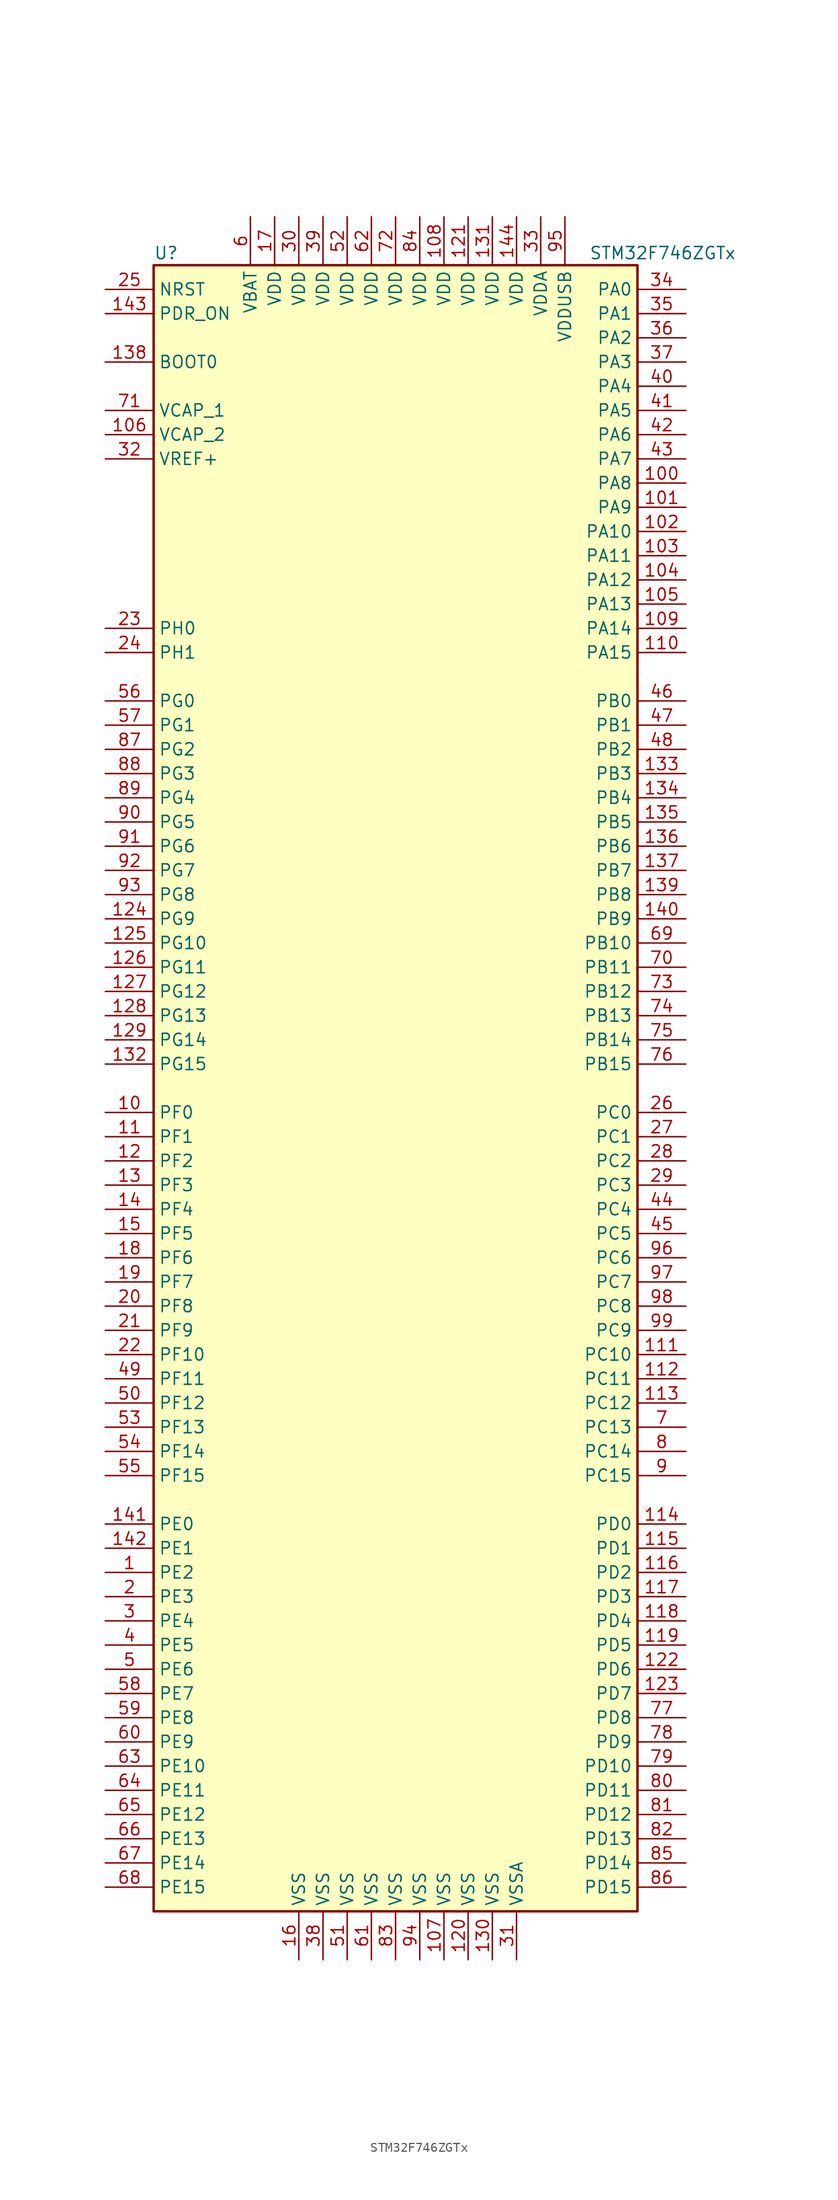
<source format=kicad_sym>
(kicad_symbol_lib
  (version 20201005)
  (generator kicad_symbol_editor)
  (symbol "MCU_ST_STM32F7:STM32F746ZGTx"
    (property "Reference" "U"
      (at -25.4 87.63 0)
      (effects (font (size 1.27 1.27)) (justify left)))
    (property "Value" "STM32F746ZGTx"
      (at 20.32 87.63 0)
      (effects (font (size 1.27 1.27)) (justify left)))
    (symbol "STM32F746ZGTx_0_1"
      (rectangle (start -25.4 -86.36) (end 25.4 86.36) (stroke (width 0.254)) (fill (type background))))
    (symbol "STM32F746ZGTx_1_1"
      (pin input line (at -30.48 76.2 0) (length 5.08) (name "BOOT0" (effects (font (size 1.27 1.27)))) (number "138" (effects (font (size 1.27 1.27)))))
      (pin input line (at -30.48 83.82 0) (length 5.08) (name "NRST" (effects (font (size 1.27 1.27)))) (number "25" (effects (font (size 1.27 1.27)))))
      (pin bidirectional line (at 30.48 83.82 180) (length 5.08) (name "PA0" (effects (font (size 1.27 1.27)))) (number "34" (effects (font (size 1.27 1.27)))))
      (pin bidirectional line (at 30.48 81.28 180) (length 5.08) (name "PA1" (effects (font (size 1.27 1.27)))) (number "35" (effects (font (size 1.27 1.27)))))
      (pin bidirectional line (at 30.48 58.42 180) (length 5.08) (name "PA10" (effects (font (size 1.27 1.27)))) (number "102" (effects (font (size 1.27 1.27)))))
      (pin bidirectional line (at 30.48 55.88 180) (length 5.08) (name "PA11" (effects (font (size 1.27 1.27)))) (number "103" (effects (font (size 1.27 1.27)))))
      (pin bidirectional line (at 30.48 53.34 180) (length 5.08) (name "PA12" (effects (font (size 1.27 1.27)))) (number "104" (effects (font (size 1.27 1.27)))))
      (pin bidirectional line (at 30.48 50.8 180) (length 5.08) (name "PA13" (effects (font (size 1.27 1.27)))) (number "105" (effects (font (size 1.27 1.27)))))
      (pin bidirectional line (at 30.48 48.26 180) (length 5.08) (name "PA14" (effects (font (size 1.27 1.27)))) (number "109" (effects (font (size 1.27 1.27)))))
      (pin bidirectional line (at 30.48 45.72 180) (length 5.08) (name "PA15" (effects (font (size 1.27 1.27)))) (number "110" (effects (font (size 1.27 1.27)))))
      (pin bidirectional line (at 30.48 78.74 180) (length 5.08) (name "PA2" (effects (font (size 1.27 1.27)))) (number "36" (effects (font (size 1.27 1.27)))))
      (pin bidirectional line (at 30.48 76.2 180) (length 5.08) (name "PA3" (effects (font (size 1.27 1.27)))) (number "37" (effects (font (size 1.27 1.27)))))
      (pin bidirectional line (at 30.48 73.66 180) (length 5.08) (name "PA4" (effects (font (size 1.27 1.27)))) (number "40" (effects (font (size 1.27 1.27)))))
      (pin bidirectional line (at 30.48 71.12 180) (length 5.08) (name "PA5" (effects (font (size 1.27 1.27)))) (number "41" (effects (font (size 1.27 1.27)))))
      (pin bidirectional line (at 30.48 68.58 180) (length 5.08) (name "PA6" (effects (font (size 1.27 1.27)))) (number "42" (effects (font (size 1.27 1.27)))))
      (pin bidirectional line (at 30.48 66.04 180) (length 5.08) (name "PA7" (effects (font (size 1.27 1.27)))) (number "43" (effects (font (size 1.27 1.27)))))
      (pin bidirectional line (at 30.48 63.5 180) (length 5.08) (name "PA8" (effects (font (size 1.27 1.27)))) (number "100" (effects (font (size 1.27 1.27)))))
      (pin bidirectional line (at 30.48 60.96 180) (length 5.08) (name "PA9" (effects (font (size 1.27 1.27)))) (number "101" (effects (font (size 1.27 1.27)))))
      (pin bidirectional line (at 30.48 40.64 180) (length 5.08) (name "PB0" (effects (font (size 1.27 1.27)))) (number "46" (effects (font (size 1.27 1.27)))))
      (pin bidirectional line (at 30.48 38.1 180) (length 5.08) (name "PB1" (effects (font (size 1.27 1.27)))) (number "47" (effects (font (size 1.27 1.27)))))
      (pin bidirectional line (at 30.48 15.24 180) (length 5.08) (name "PB10" (effects (font (size 1.27 1.27)))) (number "69" (effects (font (size 1.27 1.27)))))
      (pin bidirectional line (at 30.48 12.7 180) (length 5.08) (name "PB11" (effects (font (size 1.27 1.27)))) (number "70" (effects (font (size 1.27 1.27)))))
      (pin bidirectional line (at 30.48 10.16 180) (length 5.08) (name "PB12" (effects (font (size 1.27 1.27)))) (number "73" (effects (font (size 1.27 1.27)))))
      (pin bidirectional line (at 30.48 7.62 180) (length 5.08) (name "PB13" (effects (font (size 1.27 1.27)))) (number "74" (effects (font (size 1.27 1.27)))))
      (pin bidirectional line (at 30.48 5.08 180) (length 5.08) (name "PB14" (effects (font (size 1.27 1.27)))) (number "75" (effects (font (size 1.27 1.27)))))
      (pin bidirectional line (at 30.48 2.54 180) (length 5.08) (name "PB15" (effects (font (size 1.27 1.27)))) (number "76" (effects (font (size 1.27 1.27)))))
      (pin bidirectional line (at 30.48 35.56 180) (length 5.08) (name "PB2" (effects (font (size 1.27 1.27)))) (number "48" (effects (font (size 1.27 1.27)))))
      (pin bidirectional line (at 30.48 33.02 180) (length 5.08) (name "PB3" (effects (font (size 1.27 1.27)))) (number "133" (effects (font (size 1.27 1.27)))))
      (pin bidirectional line (at 30.48 30.48 180) (length 5.08) (name "PB4" (effects (font (size 1.27 1.27)))) (number "134" (effects (font (size 1.27 1.27)))))
      (pin bidirectional line (at 30.48 27.94 180) (length 5.08) (name "PB5" (effects (font (size 1.27 1.27)))) (number "135" (effects (font (size 1.27 1.27)))))
      (pin bidirectional line (at 30.48 25.4 180) (length 5.08) (name "PB6" (effects (font (size 1.27 1.27)))) (number "136" (effects (font (size 1.27 1.27)))))
      (pin bidirectional line (at 30.48 22.86 180) (length 5.08) (name "PB7" (effects (font (size 1.27 1.27)))) (number "137" (effects (font (size 1.27 1.27)))))
      (pin bidirectional line (at 30.48 20.32 180) (length 5.08) (name "PB8" (effects (font (size 1.27 1.27)))) (number "139" (effects (font (size 1.27 1.27)))))
      (pin bidirectional line (at 30.48 17.78 180) (length 5.08) (name "PB9" (effects (font (size 1.27 1.27)))) (number "140" (effects (font (size 1.27 1.27)))))
      (pin bidirectional line (at 30.48 -2.54 180) (length 5.08) (name "PC0" (effects (font (size 1.27 1.27)))) (number "26" (effects (font (size 1.27 1.27)))))
      (pin bidirectional line (at 30.48 -5.08 180) (length 5.08) (name "PC1" (effects (font (size 1.27 1.27)))) (number "27" (effects (font (size 1.27 1.27)))))
      (pin bidirectional line (at 30.48 -27.94 180) (length 5.08) (name "PC10" (effects (font (size 1.27 1.27)))) (number "111" (effects (font (size 1.27 1.27)))))
      (pin bidirectional line (at 30.48 -30.48 180) (length 5.08) (name "PC11" (effects (font (size 1.27 1.27)))) (number "112" (effects (font (size 1.27 1.27)))))
      (pin bidirectional line (at 30.48 -33.02 180) (length 5.08) (name "PC12" (effects (font (size 1.27 1.27)))) (number "113" (effects (font (size 1.27 1.27)))))
      (pin bidirectional line (at 30.48 -35.56 180) (length 5.08) (name "PC13" (effects (font (size 1.27 1.27)))) (number "7" (effects (font (size 1.27 1.27)))))
      (pin bidirectional line (at 30.48 -38.1 180) (length 5.08) (name "PC14" (effects (font (size 1.27 1.27)))) (number "8" (effects (font (size 1.27 1.27)))))
      (pin bidirectional line (at 30.48 -40.64 180) (length 5.08) (name "PC15" (effects (font (size 1.27 1.27)))) (number "9" (effects (font (size 1.27 1.27)))))
      (pin bidirectional line (at 30.48 -7.62 180) (length 5.08) (name "PC2" (effects (font (size 1.27 1.27)))) (number "28" (effects (font (size 1.27 1.27)))))
      (pin bidirectional line (at 30.48 -10.16 180) (length 5.08) (name "PC3" (effects (font (size 1.27 1.27)))) (number "29" (effects (font (size 1.27 1.27)))))
      (pin bidirectional line (at 30.48 -12.7 180) (length 5.08) (name "PC4" (effects (font (size 1.27 1.27)))) (number "44" (effects (font (size 1.27 1.27)))))
      (pin bidirectional line (at 30.48 -15.24 180) (length 5.08) (name "PC5" (effects (font (size 1.27 1.27)))) (number "45" (effects (font (size 1.27 1.27)))))
      (pin bidirectional line (at 30.48 -17.78 180) (length 5.08) (name "PC6" (effects (font (size 1.27 1.27)))) (number "96" (effects (font (size 1.27 1.27)))))
      (pin bidirectional line (at 30.48 -20.32 180) (length 5.08) (name "PC7" (effects (font (size 1.27 1.27)))) (number "97" (effects (font (size 1.27 1.27)))))
      (pin bidirectional line (at 30.48 -22.86 180) (length 5.08) (name "PC8" (effects (font (size 1.27 1.27)))) (number "98" (effects (font (size 1.27 1.27)))))
      (pin bidirectional line (at 30.48 -25.4 180) (length 5.08) (name "PC9" (effects (font (size 1.27 1.27)))) (number "99" (effects (font (size 1.27 1.27)))))
      (pin bidirectional line (at 30.48 -45.72 180) (length 5.08) (name "PD0" (effects (font (size 1.27 1.27)))) (number "114" (effects (font (size 1.27 1.27)))))
      (pin bidirectional line (at 30.48 -48.26 180) (length 5.08) (name "PD1" (effects (font (size 1.27 1.27)))) (number "115" (effects (font (size 1.27 1.27)))))
      (pin bidirectional line (at 30.48 -71.12 180) (length 5.08) (name "PD10" (effects (font (size 1.27 1.27)))) (number "79" (effects (font (size 1.27 1.27)))))
      (pin bidirectional line (at 30.48 -73.66 180) (length 5.08) (name "PD11" (effects (font (size 1.27 1.27)))) (number "80" (effects (font (size 1.27 1.27)))))
      (pin bidirectional line (at 30.48 -76.2 180) (length 5.08) (name "PD12" (effects (font (size 1.27 1.27)))) (number "81" (effects (font (size 1.27 1.27)))))
      (pin bidirectional line (at 30.48 -78.74 180) (length 5.08) (name "PD13" (effects (font (size 1.27 1.27)))) (number "82" (effects (font (size 1.27 1.27)))))
      (pin bidirectional line (at 30.48 -81.28 180) (length 5.08) (name "PD14" (effects (font (size 1.27 1.27)))) (number "85" (effects (font (size 1.27 1.27)))))
      (pin bidirectional line (at 30.48 -83.82 180) (length 5.08) (name "PD15" (effects (font (size 1.27 1.27)))) (number "86" (effects (font (size 1.27 1.27)))))
      (pin bidirectional line (at 30.48 -50.8 180) (length 5.08) (name "PD2" (effects (font (size 1.27 1.27)))) (number "116" (effects (font (size 1.27 1.27)))))
      (pin bidirectional line (at 30.48 -53.34 180) (length 5.08) (name "PD3" (effects (font (size 1.27 1.27)))) (number "117" (effects (font (size 1.27 1.27)))))
      (pin bidirectional line (at 30.48 -55.88 180) (length 5.08) (name "PD4" (effects (font (size 1.27 1.27)))) (number "118" (effects (font (size 1.27 1.27)))))
      (pin bidirectional line (at 30.48 -58.42 180) (length 5.08) (name "PD5" (effects (font (size 1.27 1.27)))) (number "119" (effects (font (size 1.27 1.27)))))
      (pin bidirectional line (at 30.48 -60.96 180) (length 5.08) (name "PD6" (effects (font (size 1.27 1.27)))) (number "122" (effects (font (size 1.27 1.27)))))
      (pin bidirectional line (at 30.48 -63.5 180) (length 5.08) (name "PD7" (effects (font (size 1.27 1.27)))) (number "123" (effects (font (size 1.27 1.27)))))
      (pin bidirectional line (at 30.48 -66.04 180) (length 5.08) (name "PD8" (effects (font (size 1.27 1.27)))) (number "77" (effects (font (size 1.27 1.27)))))
      (pin bidirectional line (at 30.48 -68.58 180) (length 5.08) (name "PD9" (effects (font (size 1.27 1.27)))) (number "78" (effects (font (size 1.27 1.27)))))
      (pin input line (at -30.48 81.28 0) (length 5.08) (name "PDR_ON" (effects (font (size 1.27 1.27)))) (number "143" (effects (font (size 1.27 1.27)))))
      (pin bidirectional line (at -30.48 -45.72 0) (length 5.08) (name "PE0" (effects (font (size 1.27 1.27)))) (number "141" (effects (font (size 1.27 1.27)))))
      (pin bidirectional line (at -30.48 -48.26 0) (length 5.08) (name "PE1" (effects (font (size 1.27 1.27)))) (number "142" (effects (font (size 1.27 1.27)))))
      (pin bidirectional line (at -30.48 -71.12 0) (length 5.08) (name "PE10" (effects (font (size 1.27 1.27)))) (number "63" (effects (font (size 1.27 1.27)))))
      (pin bidirectional line (at -30.48 -73.66 0) (length 5.08) (name "PE11" (effects (font (size 1.27 1.27)))) (number "64" (effects (font (size 1.27 1.27)))))
      (pin bidirectional line (at -30.48 -76.2 0) (length 5.08) (name "PE12" (effects (font (size 1.27 1.27)))) (number "65" (effects (font (size 1.27 1.27)))))
      (pin bidirectional line (at -30.48 -78.74 0) (length 5.08) (name "PE13" (effects (font (size 1.27 1.27)))) (number "66" (effects (font (size 1.27 1.27)))))
      (pin bidirectional line (at -30.48 -81.28 0) (length 5.08) (name "PE14" (effects (font (size 1.27 1.27)))) (number "67" (effects (font (size 1.27 1.27)))))
      (pin bidirectional line (at -30.48 -83.82 0) (length 5.08) (name "PE15" (effects (font (size 1.27 1.27)))) (number "68" (effects (font (size 1.27 1.27)))))
      (pin bidirectional line (at -30.48 -50.8 0) (length 5.08) (name "PE2" (effects (font (size 1.27 1.27)))) (number "1" (effects (font (size 1.27 1.27)))))
      (pin bidirectional line (at -30.48 -53.34 0) (length 5.08) (name "PE3" (effects (font (size 1.27 1.27)))) (number "2" (effects (font (size 1.27 1.27)))))
      (pin bidirectional line (at -30.48 -55.88 0) (length 5.08) (name "PE4" (effects (font (size 1.27 1.27)))) (number "3" (effects (font (size 1.27 1.27)))))
      (pin bidirectional line (at -30.48 -58.42 0) (length 5.08) (name "PE5" (effects (font (size 1.27 1.27)))) (number "4" (effects (font (size 1.27 1.27)))))
      (pin bidirectional line (at -30.48 -60.96 0) (length 5.08) (name "PE6" (effects (font (size 1.27 1.27)))) (number "5" (effects (font (size 1.27 1.27)))))
      (pin bidirectional line (at -30.48 -63.5 0) (length 5.08) (name "PE7" (effects (font (size 1.27 1.27)))) (number "58" (effects (font (size 1.27 1.27)))))
      (pin bidirectional line (at -30.48 -66.04 0) (length 5.08) (name "PE8" (effects (font (size 1.27 1.27)))) (number "59" (effects (font (size 1.27 1.27)))))
      (pin bidirectional line (at -30.48 -68.58 0) (length 5.08) (name "PE9" (effects (font (size 1.27 1.27)))) (number "60" (effects (font (size 1.27 1.27)))))
      (pin bidirectional line (at -30.48 -2.54 0) (length 5.08) (name "PF0" (effects (font (size 1.27 1.27)))) (number "10" (effects (font (size 1.27 1.27)))))
      (pin bidirectional line (at -30.48 -5.08 0) (length 5.08) (name "PF1" (effects (font (size 1.27 1.27)))) (number "11" (effects (font (size 1.27 1.27)))))
      (pin bidirectional line (at -30.48 -27.94 0) (length 5.08) (name "PF10" (effects (font (size 1.27 1.27)))) (number "22" (effects (font (size 1.27 1.27)))))
      (pin bidirectional line (at -30.48 -30.48 0) (length 5.08) (name "PF11" (effects (font (size 1.27 1.27)))) (number "49" (effects (font (size 1.27 1.27)))))
      (pin bidirectional line (at -30.48 -33.02 0) (length 5.08) (name "PF12" (effects (font (size 1.27 1.27)))) (number "50" (effects (font (size 1.27 1.27)))))
      (pin bidirectional line (at -30.48 -35.56 0) (length 5.08) (name "PF13" (effects (font (size 1.27 1.27)))) (number "53" (effects (font (size 1.27 1.27)))))
      (pin bidirectional line (at -30.48 -38.1 0) (length 5.08) (name "PF14" (effects (font (size 1.27 1.27)))) (number "54" (effects (font (size 1.27 1.27)))))
      (pin bidirectional line (at -30.48 -40.64 0) (length 5.08) (name "PF15" (effects (font (size 1.27 1.27)))) (number "55" (effects (font (size 1.27 1.27)))))
      (pin bidirectional line (at -30.48 -7.62 0) (length 5.08) (name "PF2" (effects (font (size 1.27 1.27)))) (number "12" (effects (font (size 1.27 1.27)))))
      (pin bidirectional line (at -30.48 -10.16 0) (length 5.08) (name "PF3" (effects (font (size 1.27 1.27)))) (number "13" (effects (font (size 1.27 1.27)))))
      (pin bidirectional line (at -30.48 -12.7 0) (length 5.08) (name "PF4" (effects (font (size 1.27 1.27)))) (number "14" (effects (font (size 1.27 1.27)))))
      (pin bidirectional line (at -30.48 -15.24 0) (length 5.08) (name "PF5" (effects (font (size 1.27 1.27)))) (number "15" (effects (font (size 1.27 1.27)))))
      (pin bidirectional line (at -30.48 -17.78 0) (length 5.08) (name "PF6" (effects (font (size 1.27 1.27)))) (number "18" (effects (font (size 1.27 1.27)))))
      (pin bidirectional line (at -30.48 -20.32 0) (length 5.08) (name "PF7" (effects (font (size 1.27 1.27)))) (number "19" (effects (font (size 1.27 1.27)))))
      (pin bidirectional line (at -30.48 -22.86 0) (length 5.08) (name "PF8" (effects (font (size 1.27 1.27)))) (number "20" (effects (font (size 1.27 1.27)))))
      (pin bidirectional line (at -30.48 -25.4 0) (length 5.08) (name "PF9" (effects (font (size 1.27 1.27)))) (number "21" (effects (font (size 1.27 1.27)))))
      (pin bidirectional line (at -30.48 40.64 0) (length 5.08) (name "PG0" (effects (font (size 1.27 1.27)))) (number "56" (effects (font (size 1.27 1.27)))))
      (pin bidirectional line (at -30.48 38.1 0) (length 5.08) (name "PG1" (effects (font (size 1.27 1.27)))) (number "57" (effects (font (size 1.27 1.27)))))
      (pin bidirectional line (at -30.48 15.24 0) (length 5.08) (name "PG10" (effects (font (size 1.27 1.27)))) (number "125" (effects (font (size 1.27 1.27)))))
      (pin bidirectional line (at -30.48 12.7 0) (length 5.08) (name "PG11" (effects (font (size 1.27 1.27)))) (number "126" (effects (font (size 1.27 1.27)))))
      (pin bidirectional line (at -30.48 10.16 0) (length 5.08) (name "PG12" (effects (font (size 1.27 1.27)))) (number "127" (effects (font (size 1.27 1.27)))))
      (pin bidirectional line (at -30.48 7.62 0) (length 5.08) (name "PG13" (effects (font (size 1.27 1.27)))) (number "128" (effects (font (size 1.27 1.27)))))
      (pin bidirectional line (at -30.48 5.08 0) (length 5.08) (name "PG14" (effects (font (size 1.27 1.27)))) (number "129" (effects (font (size 1.27 1.27)))))
      (pin bidirectional line (at -30.48 2.54 0) (length 5.08) (name "PG15" (effects (font (size 1.27 1.27)))) (number "132" (effects (font (size 1.27 1.27)))))
      (pin bidirectional line (at -30.48 35.56 0) (length 5.08) (name "PG2" (effects (font (size 1.27 1.27)))) (number "87" (effects (font (size 1.27 1.27)))))
      (pin bidirectional line (at -30.48 33.02 0) (length 5.08) (name "PG3" (effects (font (size 1.27 1.27)))) (number "88" (effects (font (size 1.27 1.27)))))
      (pin bidirectional line (at -30.48 30.48 0) (length 5.08) (name "PG4" (effects (font (size 1.27 1.27)))) (number "89" (effects (font (size 1.27 1.27)))))
      (pin bidirectional line (at -30.48 27.94 0) (length 5.08) (name "PG5" (effects (font (size 1.27 1.27)))) (number "90" (effects (font (size 1.27 1.27)))))
      (pin bidirectional line (at -30.48 25.4 0) (length 5.08) (name "PG6" (effects (font (size 1.27 1.27)))) (number "91" (effects (font (size 1.27 1.27)))))
      (pin bidirectional line (at -30.48 22.86 0) (length 5.08) (name "PG7" (effects (font (size 1.27 1.27)))) (number "92" (effects (font (size 1.27 1.27)))))
      (pin bidirectional line (at -30.48 20.32 0) (length 5.08) (name "PG8" (effects (font (size 1.27 1.27)))) (number "93" (effects (font (size 1.27 1.27)))))
      (pin bidirectional line (at -30.48 17.78 0) (length 5.08) (name "PG9" (effects (font (size 1.27 1.27)))) (number "124" (effects (font (size 1.27 1.27)))))
      (pin input line (at -30.48 48.26 0) (length 5.08) (name "PH0" (effects (font (size 1.27 1.27)))) (number "23" (effects (font (size 1.27 1.27)))))
      (pin input line (at -30.48 45.72 0) (length 5.08) (name "PH1" (effects (font (size 1.27 1.27)))) (number "24" (effects (font (size 1.27 1.27)))))
      (pin power_in line (at -15.24 91.44 270) (length 5.08) (name "VBAT" (effects (font (size 1.27 1.27)))) (number "6" (effects (font (size 1.27 1.27)))))
      (pin power_in line (at -30.48 71.12 0) (length 5.08) (name "VCAP_1" (effects (font (size 1.27 1.27)))) (number "71" (effects (font (size 1.27 1.27)))))
      (pin power_in line (at -30.48 68.58 0) (length 5.08) (name "VCAP_2" (effects (font (size 1.27 1.27)))) (number "106" (effects (font (size 1.27 1.27)))))
      (pin power_in line (at 5.08 91.44 270) (length 5.08) (name "VDD" (effects (font (size 1.27 1.27)))) (number "108" (effects (font (size 1.27 1.27)))))
      (pin power_in line (at 7.62 91.44 270) (length 5.08) (name "VDD" (effects (font (size 1.27 1.27)))) (number "121" (effects (font (size 1.27 1.27)))))
      (pin power_in line (at 10.16 91.44 270) (length 5.08) (name "VDD" (effects (font (size 1.27 1.27)))) (number "131" (effects (font (size 1.27 1.27)))))
      (pin power_in line (at 12.7 91.44 270) (length 5.08) (name "VDD" (effects (font (size 1.27 1.27)))) (number "144" (effects (font (size 1.27 1.27)))))
      (pin power_in line (at -12.7 91.44 270) (length 5.08) (name "VDD" (effects (font (size 1.27 1.27)))) (number "17" (effects (font (size 1.27 1.27)))))
      (pin power_in line (at -10.16 91.44 270) (length 5.08) (name "VDD" (effects (font (size 1.27 1.27)))) (number "30" (effects (font (size 1.27 1.27)))))
      (pin power_in line (at -7.62 91.44 270) (length 5.08) (name "VDD" (effects (font (size 1.27 1.27)))) (number "39" (effects (font (size 1.27 1.27)))))
      (pin power_in line (at -5.08 91.44 270) (length 5.08) (name "VDD" (effects (font (size 1.27 1.27)))) (number "52" (effects (font (size 1.27 1.27)))))
      (pin power_in line (at -2.54 91.44 270) (length 5.08) (name "VDD" (effects (font (size 1.27 1.27)))) (number "62" (effects (font (size 1.27 1.27)))))
      (pin power_in line (at 0 91.44 270) (length 5.08) (name "VDD" (effects (font (size 1.27 1.27)))) (number "72" (effects (font (size 1.27 1.27)))))
      (pin power_in line (at 2.54 91.44 270) (length 5.08) (name "VDD" (effects (font (size 1.27 1.27)))) (number "84" (effects (font (size 1.27 1.27)))))
      (pin power_in line (at 15.24 91.44 270) (length 5.08) (name "VDDA" (effects (font (size 1.27 1.27)))) (number "33" (effects (font (size 1.27 1.27)))))
      (pin power_in line (at 17.78 91.44 270) (length 5.08) (name "VDDUSB" (effects (font (size 1.27 1.27)))) (number "95" (effects (font (size 1.27 1.27)))))
      (pin power_in line (at -30.48 66.04 0) (length 5.08) (name "VREF+" (effects (font (size 1.27 1.27)))) (number "32" (effects (font (size 1.27 1.27)))))
      (pin power_in line (at 5.08 -91.44 90) (length 5.08) (name "VSS" (effects (font (size 1.27 1.27)))) (number "107" (effects (font (size 1.27 1.27)))))
      (pin power_in line (at 7.62 -91.44 90) (length 5.08) (name "VSS" (effects (font (size 1.27 1.27)))) (number "120" (effects (font (size 1.27 1.27)))))
      (pin power_in line (at 10.16 -91.44 90) (length 5.08) (name "VSS" (effects (font (size 1.27 1.27)))) (number "130" (effects (font (size 1.27 1.27)))))
      (pin power_in line (at -10.16 -91.44 90) (length 5.08) (name "VSS" (effects (font (size 1.27 1.27)))) (number "16" (effects (font (size 1.27 1.27)))))
      (pin power_in line (at -7.62 -91.44 90) (length 5.08) (name "VSS" (effects (font (size 1.27 1.27)))) (number "38" (effects (font (size 1.27 1.27)))))
      (pin power_in line (at -5.08 -91.44 90) (length 5.08) (name "VSS" (effects (font (size 1.27 1.27)))) (number "51" (effects (font (size 1.27 1.27)))))
      (pin power_in line (at -2.54 -91.44 90) (length 5.08) (name "VSS" (effects (font (size 1.27 1.27)))) (number "61" (effects (font (size 1.27 1.27)))))
      (pin power_in line (at 0 -91.44 90) (length 5.08) (name "VSS" (effects (font (size 1.27 1.27)))) (number "83" (effects (font (size 1.27 1.27)))))
      (pin power_in line (at 2.54 -91.44 90) (length 5.08) (name "VSS" (effects (font (size 1.27 1.27)))) (number "94" (effects (font (size 1.27 1.27)))))
      (pin power_in line (at 12.7 -91.44 90) (length 5.08) (name "VSSA" (effects (font (size 1.27 1.27)))) (number "31" (effects (font (size 1.27 1.27))))))))
</source>
